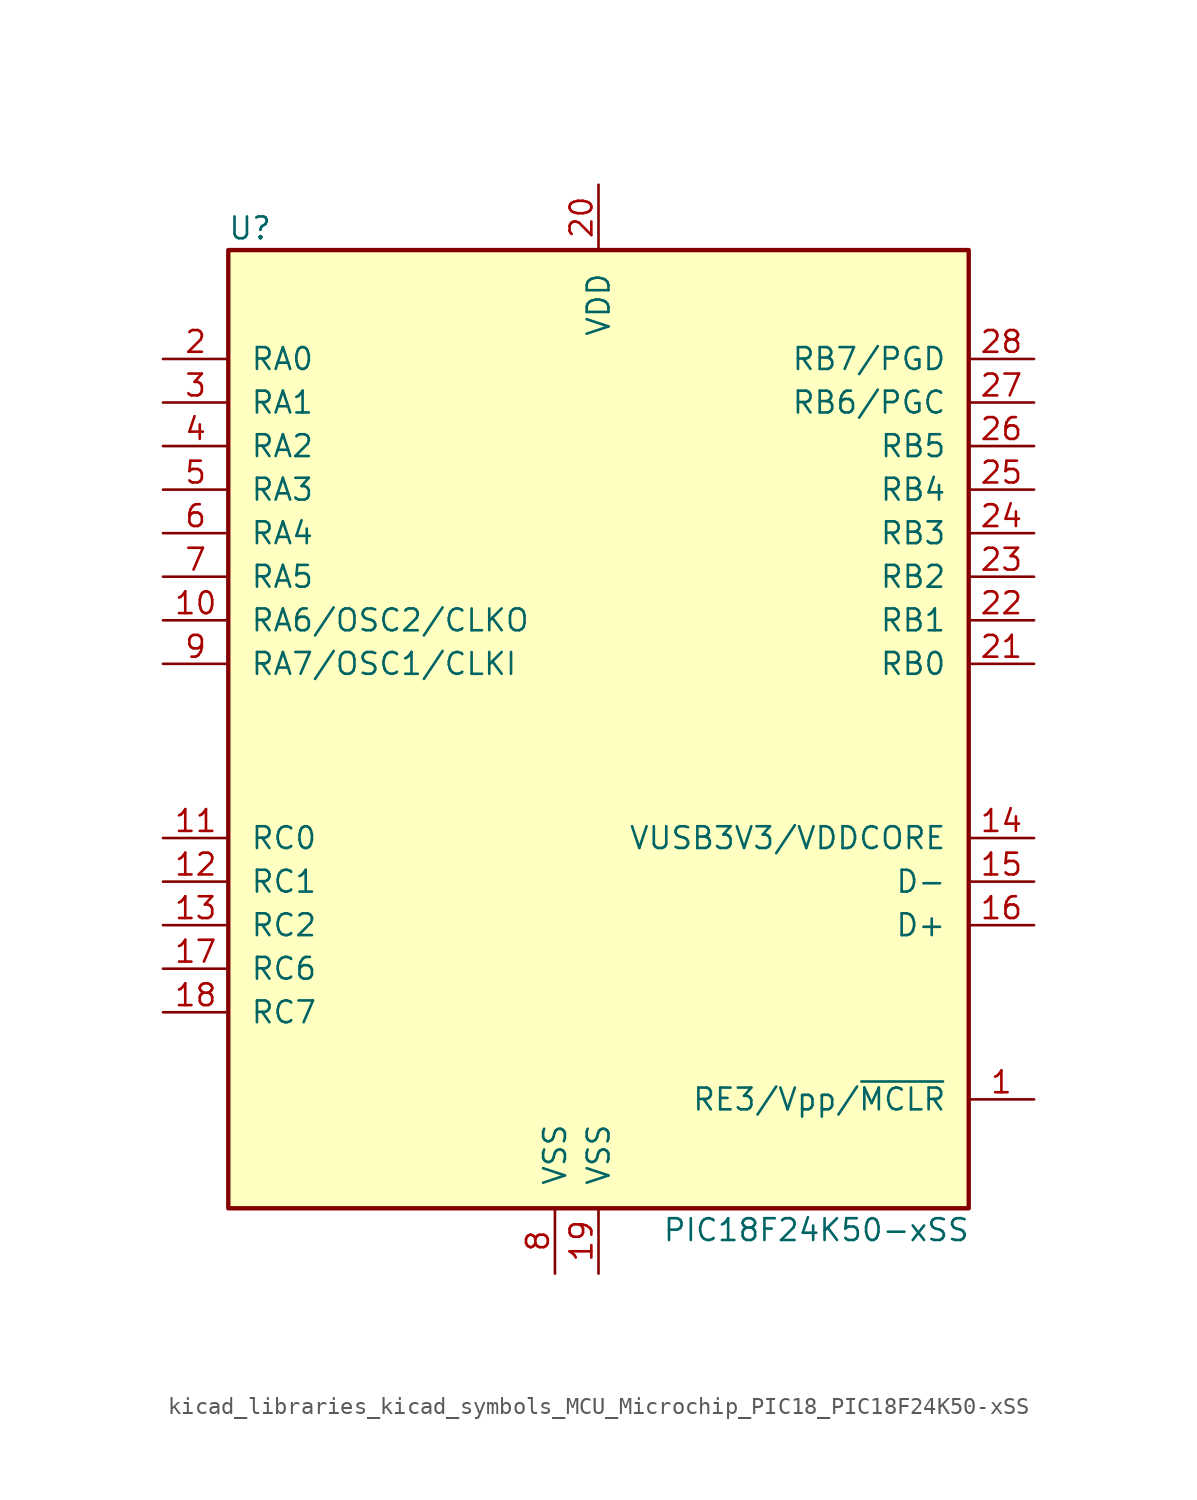
<source format=kicad_sym>
(kicad_symbol_lib
  (version 20220914)
  (generator kicad_symbol_editor)
  (symbol "kicad_libraries_kicad_symbols_MCU_Microchip_PIC18_PIC18F24K50-xSS"
    (pin_names
      (offset 1.27))
    (property "Reference" "U"
      (at -20.32 30.48 0)
      (effects (font (size 1.27 1.27))))
    (property "Value" "PIC18F24K50-xSS"
      (at 12.7 -27.94 0)
      (effects (font (size 1.27 1.27))))
    (symbol "kicad_libraries_kicad_symbols_MCU_Microchip_PIC18_PIC18F24K50-xSS_0_1"
      (rectangle (start -21.59 29.21) (end 21.59 -26.67) (stroke (width 0.254) (type default)) (fill (type background))))
    (symbol "kicad_libraries_kicad_symbols_MCU_Microchip_PIC18_PIC18F24K50-xSS_1_1"
      (pin input line (at 25.4 -20.32 180) (length 3.81) (name "RE3/Vpp/~{MCLR}" (effects (font (size 1.27 1.27)))) (number "1" (effects (font (size 1.27 1.27)))))
      (pin output line (at -25.4 7.62 0) (length 3.81) (name "RA6/OSC2/CLKO" (effects (font (size 1.27 1.27)))) (number "10" (effects (font (size 1.27 1.27)))))
      (pin bidirectional line (at -25.4 -5.08 0) (length 3.81) (name "RC0" (effects (font (size 1.27 1.27)))) (number "11" (effects (font (size 1.27 1.27)))))
      (pin bidirectional line (at -25.4 -7.62 0) (length 3.81) (name "RC1" (effects (font (size 1.27 1.27)))) (number "12" (effects (font (size 1.27 1.27)))))
      (pin bidirectional line (at -25.4 -10.16 0) (length 3.81) (name "RC2" (effects (font (size 1.27 1.27)))) (number "13" (effects (font (size 1.27 1.27)))))
      (pin bidirectional line (at 25.4 -5.08 180) (length 3.81) (name "VUSB3V3/VDDCORE" (effects (font (size 1.27 1.27)))) (number "14" (effects (font (size 1.27 1.27)))))
      (pin bidirectional line (at 25.4 -7.62 180) (length 3.81) (name "D-" (effects (font (size 1.27 1.27)))) (number "15" (effects (font (size 1.27 1.27)))))
      (pin bidirectional line (at 25.4 -10.16 180) (length 3.81) (name "D+" (effects (font (size 1.27 1.27)))) (number "16" (effects (font (size 1.27 1.27)))))
      (pin bidirectional line (at -25.4 -12.7 0) (length 3.81) (name "RC6" (effects (font (size 1.27 1.27)))) (number "17" (effects (font (size 1.27 1.27)))))
      (pin bidirectional line (at -25.4 -15.24 0) (length 3.81) (name "RC7" (effects (font (size 1.27 1.27)))) (number "18" (effects (font (size 1.27 1.27)))))
      (pin power_in line (at 0 -30.48 90) (length 3.81) (name "VSS" (effects (font (size 1.27 1.27)))) (number "19" (effects (font (size 1.27 1.27)))))
      (pin bidirectional line (at -25.4 22.86 0) (length 3.81) (name "RA0" (effects (font (size 1.27 1.27)))) (number "2" (effects (font (size 1.27 1.27)))))
      (pin power_in line (at 0 33.02 270) (length 3.81) (name "VDD" (effects (font (size 1.27 1.27)))) (number "20" (effects (font (size 1.27 1.27)))))
      (pin bidirectional line (at 25.4 5.08 180) (length 3.81) (name "RB0" (effects (font (size 1.27 1.27)))) (number "21" (effects (font (size 1.27 1.27)))))
      (pin bidirectional line (at 25.4 7.62 180) (length 3.81) (name "RB1" (effects (font (size 1.27 1.27)))) (number "22" (effects (font (size 1.27 1.27)))))
      (pin bidirectional line (at 25.4 10.16 180) (length 3.81) (name "RB2" (effects (font (size 1.27 1.27)))) (number "23" (effects (font (size 1.27 1.27)))))
      (pin bidirectional line (at 25.4 12.7 180) (length 3.81) (name "RB3" (effects (font (size 1.27 1.27)))) (number "24" (effects (font (size 1.27 1.27)))))
      (pin bidirectional line (at 25.4 15.24 180) (length 3.81) (name "RB4" (effects (font (size 1.27 1.27)))) (number "25" (effects (font (size 1.27 1.27)))))
      (pin bidirectional line (at 25.4 17.78 180) (length 3.81) (name "RB5" (effects (font (size 1.27 1.27)))) (number "26" (effects (font (size 1.27 1.27)))))
      (pin bidirectional line (at 25.4 20.32 180) (length 3.81) (name "RB6/PGC" (effects (font (size 1.27 1.27)))) (number "27" (effects (font (size 1.27 1.27)))))
      (pin bidirectional line (at 25.4 22.86 180) (length 3.81) (name "RB7/PGD" (effects (font (size 1.27 1.27)))) (number "28" (effects (font (size 1.27 1.27)))))
      (pin bidirectional line (at -25.4 20.32 0) (length 3.81) (name "RA1" (effects (font (size 1.27 1.27)))) (number "3" (effects (font (size 1.27 1.27)))))
      (pin bidirectional line (at -25.4 17.78 0) (length 3.81) (name "RA2" (effects (font (size 1.27 1.27)))) (number "4" (effects (font (size 1.27 1.27)))))
      (pin bidirectional line (at -25.4 15.24 0) (length 3.81) (name "RA3" (effects (font (size 1.27 1.27)))) (number "5" (effects (font (size 1.27 1.27)))))
      (pin bidirectional line (at -25.4 12.7 0) (length 3.81) (name "RA4" (effects (font (size 1.27 1.27)))) (number "6" (effects (font (size 1.27 1.27)))))
      (pin bidirectional line (at -25.4 10.16 0) (length 3.81) (name "RA5" (effects (font (size 1.27 1.27)))) (number "7" (effects (font (size 1.27 1.27)))))
      (pin power_in line (at -2.54 -30.48 90) (length 3.81) (name "VSS" (effects (font (size 1.27 1.27)))) (number "8" (effects (font (size 1.27 1.27)))))
      (pin input line (at -25.4 5.08 0) (length 3.81) (name "RA7/OSC1/CLKI" (effects (font (size 1.27 1.27)))) (number "9" (effects (font (size 1.27 1.27))))))))
</source>
